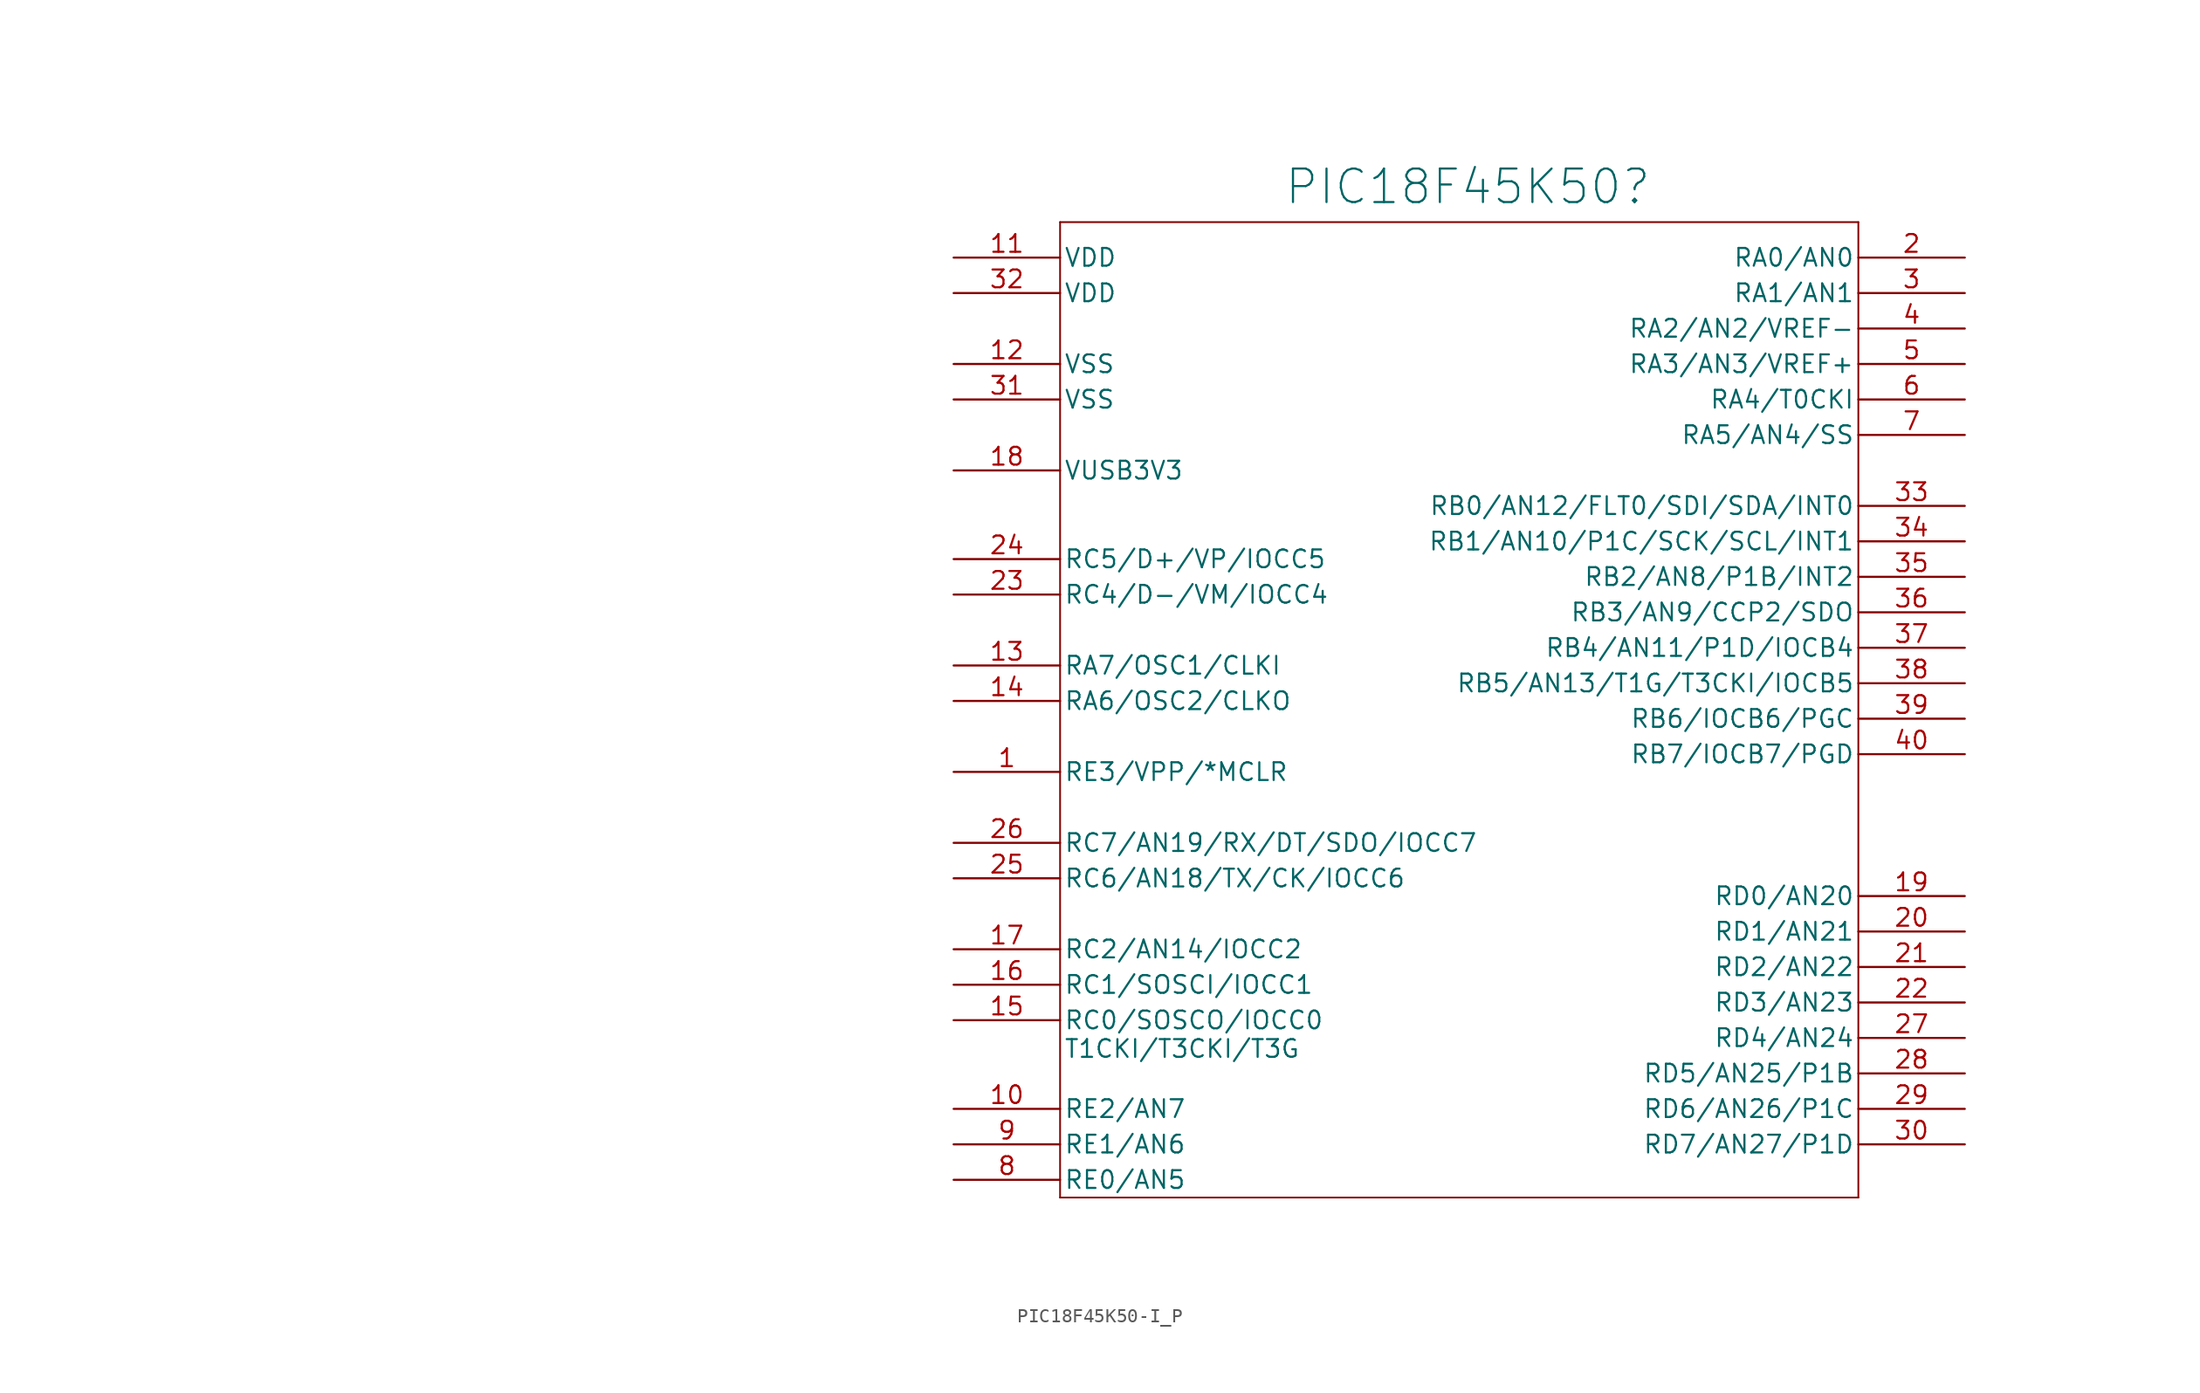
<source format=kicad_sym>
(kicad_symbol_lib
  (version 20241209)
  (generator "kicad_symbol_editor")
  (generator_version "9.0")
  (symbol "PIC18F45K50-I_P"
    (pin_names
      (offset 0.254))
    (property "Reference" "PIC18F45K50"
      (at 23.622 2.54 0)
      (effects (font (size 2.4 2.4)) (justify left)))
    (property "ki_locked" ""
      (at 0 0 0)
      (effects (font (size 1.27 1.27))))
    (symbol "PIC18F45K50-I_P_0_1"
      (polyline (pts (xy 7.62 0) (xy 7.62 -69.85)) (stroke (width 0.127) (type default)) (fill (type none)))
      (polyline (pts (xy 7.62 -69.85) (xy 64.77 -69.85)) (stroke (width 0.127) (type default)) (fill (type none)))
      (polyline (pts (xy 64.77 0) (xy 7.62 0)) (stroke (width 0.127) (type default)) (fill (type none)))
      (polyline (pts (xy 64.77 -69.85) (xy 64.77 0)) (stroke (width 0.127) (type default)) (fill (type none))))
    (symbol "PIC18F45K50-I_P_1_1"
      (text private "1) VUSB3V3 = Power Output :\nPIC will provide regulated 3V3 \nderived from the USB's VBUS(5V). " (at -51.816 -3.556 0) (effects (font (size 1.27 1.27)) (justify left)))
      (text private "2) VDD/VSS pins = Power Input.\nSince they all depends on \nexternal power-supply." (at -51.816 -11.938 0) (effects (font (size 1.27 1.27)) (justify left)))
      (text private "2) MCLR = Power Input.\nUsed to reset MCU when :\npulled to a low-V / GND." (at -51.816 -21.082 0) (effects (font (size 1.27 1.27)) (justify left)))
      (pin power_in line (at 0 -2.54 0) (length 7.62) (name "VDD" (effects (font (size 1.27 1.27)))) (number "11" (effects (font (size 1.27 1.27)))))
      (pin power_in line (at 0 -5.08 0) (length 7.62) (name "VDD" (effects (font (size 1.27 1.27)))) (number "32" (effects (font (size 1.27 1.27)))))
      (pin power_in line (at 0 -10.16 0) (length 7.62) (name "VSS" (effects (font (size 1.27 1.27)))) (number "12" (effects (font (size 1.27 1.27)))))
      (pin power_in line (at 0 -12.7 0) (length 7.62) (name "VSS" (effects (font (size 1.27 1.27)))) (number "31" (effects (font (size 1.27 1.27)))))
      (pin power_out line (at 0 -17.78 0) (length 7.62) (name "VUSB3V3" (effects (font (size 1.27 1.27)))) (number "18" (effects (font (size 1.27 1.27)))))
      (pin bidirectional line (at 0 -24.13 0) (length 7.62) (name "RC5/D+/VP/IOCC5" (effects (font (size 1.27 1.27)))) (number "24" (effects (font (size 1.27 1.27)))))
      (pin bidirectional line (at 0 -26.67 0) (length 7.62) (name "RC4/D-/VM/IOCC4" (effects (font (size 1.27 1.27)))) (number "23" (effects (font (size 1.27 1.27)))))
      (pin bidirectional line (at 0 -31.75 0) (length 7.62) (name "RA7/OSC1/CLKI" (effects (font (size 1.27 1.27)))) (number "13" (effects (font (size 1.27 1.27)))))
      (pin bidirectional line (at 0 -34.29 0) (length 7.62) (name "RA6/OSC2/CLKO" (effects (font (size 1.27 1.27)))) (number "14" (effects (font (size 1.27 1.27)))))
      (pin input line (at 0 -39.37 0) (length 7.62) (name "RE3/VPP/*MCLR" (effects (font (size 1.27 1.27)))) (number "1" (effects (font (size 1.27 1.27)))))
      (pin bidirectional line (at 0 -44.45 0) (length 7.62) (name "RC7/AN19/RX/DT/SDO/IOCC7" (effects (font (size 1.27 1.27)))) (number "26" (effects (font (size 1.27 1.27)))))
      (pin bidirectional line (at 0 -46.99 0) (length 7.62) (name "RC6/AN18/TX/CK/IOCC6" (effects (font (size 1.27 1.27)))) (number "25" (effects (font (size 1.27 1.27)))))
      (pin bidirectional line (at 0 -52.07 0) (length 7.62) (name "RC2/AN14/IOCC2" (effects (font (size 1.27 1.27)))) (number "17" (effects (font (size 1.27 1.27)))))
      (pin bidirectional line (at 0 -54.61 0) (length 7.62) (name "RC1/SOSCI/IOCC1" (effects (font (size 1.27 1.27)))) (number "16" (effects (font (size 1.27 1.27)))))
      (pin bidirectional line (at 0 -57.15 0) (length 7.62) (name "\nRC0/SOSCO/IOCC0\nT1CKI/T3CKI/T3G" (effects (font (size 1.27 1.27)))) (number "15" (effects (font (size 1.27 1.27)))))
      (pin bidirectional line (at 0 -63.5 0) (length 7.62) (name "RE2/AN7" (effects (font (size 1.27 1.27)))) (number "10" (effects (font (size 1.27 1.27)))))
      (pin bidirectional line (at 0 -66.04 0) (length 7.62) (name "RE1/AN6" (effects (font (size 1.27 1.27)))) (number "9" (effects (font (size 1.27 1.27)))))
      (pin bidirectional line (at 0 -68.58 0) (length 7.62) (name "RE0/AN5" (effects (font (size 1.27 1.27)))) (number "8" (effects (font (size 1.27 1.27)))))
      (pin bidirectional line (at 72.39 -2.54 180) (length 7.62) (name "RA0/AN0" (effects (font (size 1.27 1.27)))) (number "2" (effects (font (size 1.27 1.27)))))
      (pin bidirectional line (at 72.39 -5.08 180) (length 7.62) (name "RA1/AN1" (effects (font (size 1.27 1.27)))) (number "3" (effects (font (size 1.27 1.27)))))
      (pin bidirectional line (at 72.39 -7.62 180) (length 7.62) (name "RA2/AN2/VREF-" (effects (font (size 1.27 1.27)))) (number "4" (effects (font (size 1.27 1.27)))))
      (pin bidirectional line (at 72.39 -10.16 180) (length 7.62) (name "RA3/AN3/VREF+" (effects (font (size 1.27 1.27)))) (number "5" (effects (font (size 1.27 1.27)))))
      (pin bidirectional line (at 72.39 -12.7 180) (length 7.62) (name "RA4/T0CKI" (effects (font (size 1.27 1.27)))) (number "6" (effects (font (size 1.27 1.27)))))
      (pin bidirectional line (at 72.39 -15.24 180) (length 7.62) (name "RA5/AN4/SS" (effects (font (size 1.27 1.27)))) (number "7" (effects (font (size 1.27 1.27)))))
      (pin bidirectional line (at 72.39 -20.32 180) (length 7.62) (name "RB0/AN12/FLT0/SDI/SDA/INT0" (effects (font (size 1.27 1.27)))) (number "33" (effects (font (size 1.27 1.27)))))
      (pin bidirectional line (at 72.39 -22.86 180) (length 7.62) (name "RB1/AN10/P1C/SCK/SCL/INT1" (effects (font (size 1.27 1.27)))) (number "34" (effects (font (size 1.27 1.27)))))
      (pin bidirectional line (at 72.39 -25.4 180) (length 7.62) (name "RB2/AN8/P1B/INT2" (effects (font (size 1.27 1.27)))) (number "35" (effects (font (size 1.27 1.27)))))
      (pin bidirectional line (at 72.39 -27.94 180) (length 7.62) (name "RB3/AN9/CCP2/SDO" (effects (font (size 1.27 1.27)))) (number "36" (effects (font (size 1.27 1.27)))))
      (pin bidirectional line (at 72.39 -30.48 180) (length 7.62) (name "RB4/AN11/P1D/IOCB4" (effects (font (size 1.27 1.27)))) (number "37" (effects (font (size 1.27 1.27)))))
      (pin bidirectional line (at 72.39 -33.02 180) (length 7.62) (name "RB5/AN13/T1G/T3CKI/IOCB5" (effects (font (size 1.27 1.27)))) (number "38" (effects (font (size 1.27 1.27)))))
      (pin bidirectional line (at 72.39 -35.56 180) (length 7.62) (name "RB6/IOCB6/PGC" (effects (font (size 1.27 1.27)))) (number "39" (effects (font (size 1.27 1.27)))))
      (pin bidirectional line (at 72.39 -38.1 180) (length 7.62) (name "RB7/IOCB7/PGD" (effects (font (size 1.27 1.27)))) (number "40" (effects (font (size 1.27 1.27)))))
      (pin bidirectional line (at 72.39 -48.26 180) (length 7.62) (name "RD0/AN20" (effects (font (size 1.27 1.27)))) (number "19" (effects (font (size 1.27 1.27)))))
      (pin bidirectional line (at 72.39 -50.8 180) (length 7.62) (name "RD1/AN21" (effects (font (size 1.27 1.27)))) (number "20" (effects (font (size 1.27 1.27)))))
      (pin bidirectional line (at 72.39 -53.34 180) (length 7.62) (name "RD2/AN22" (effects (font (size 1.27 1.27)))) (number "21" (effects (font (size 1.27 1.27)))))
      (pin bidirectional line (at 72.39 -55.88 180) (length 7.62) (name "RD3/AN23" (effects (font (size 1.27 1.27)))) (number "22" (effects (font (size 1.27 1.27)))))
      (pin bidirectional line (at 72.39 -58.42 180) (length 7.62) (name "RD4/AN24" (effects (font (size 1.27 1.27)))) (number "27" (effects (font (size 1.27 1.27)))))
      (pin bidirectional line (at 72.39 -60.96 180) (length 7.62) (name "RD5/AN25/P1B" (effects (font (size 1.27 1.27)))) (number "28" (effects (font (size 1.27 1.27)))))
      (pin bidirectional line (at 72.39 -63.5 180) (length 7.62) (name "RD6/AN26/P1C" (effects (font (size 1.27 1.27)))) (number "29" (effects (font (size 1.27 1.27)))))
      (pin bidirectional line (at 72.39 -66.04 180) (length 7.62) (name "RD7/AN27/P1D" (effects (font (size 1.27 1.27)))) (number "30" (effects (font (size 1.27 1.27))))))))
</source>
